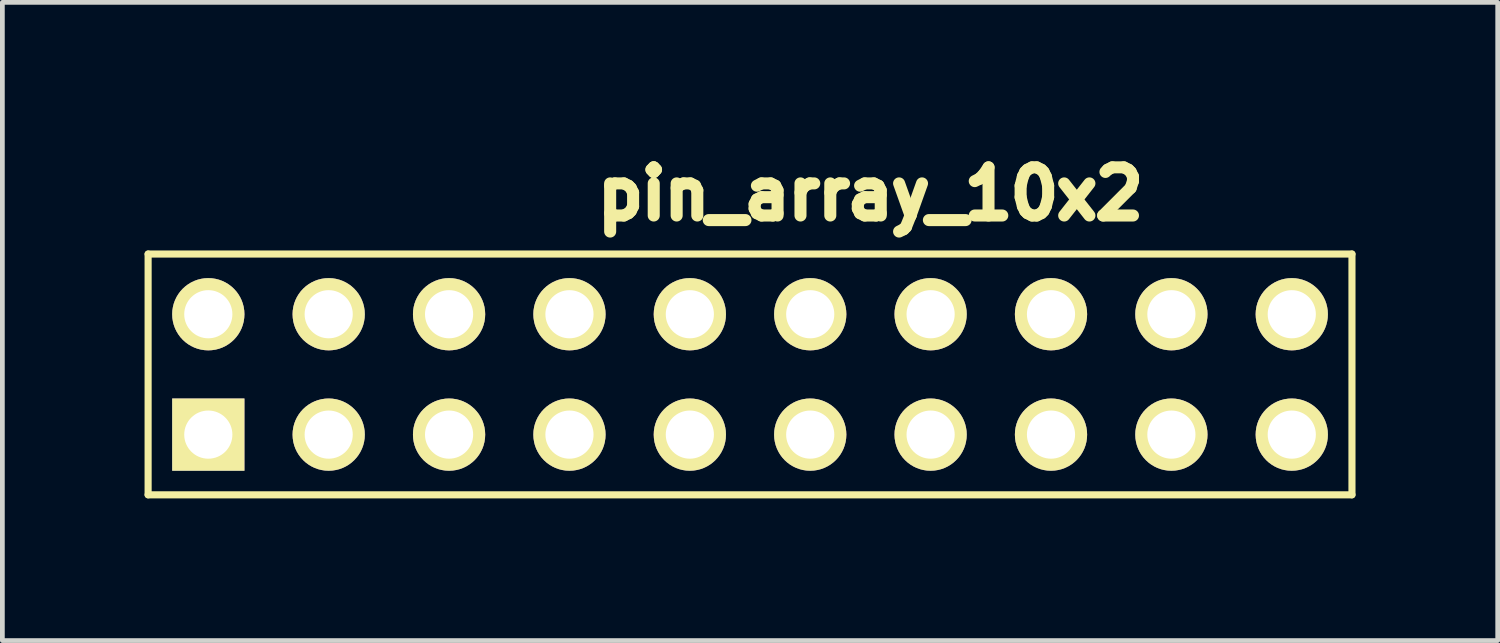
<source format=kicad_pcb>
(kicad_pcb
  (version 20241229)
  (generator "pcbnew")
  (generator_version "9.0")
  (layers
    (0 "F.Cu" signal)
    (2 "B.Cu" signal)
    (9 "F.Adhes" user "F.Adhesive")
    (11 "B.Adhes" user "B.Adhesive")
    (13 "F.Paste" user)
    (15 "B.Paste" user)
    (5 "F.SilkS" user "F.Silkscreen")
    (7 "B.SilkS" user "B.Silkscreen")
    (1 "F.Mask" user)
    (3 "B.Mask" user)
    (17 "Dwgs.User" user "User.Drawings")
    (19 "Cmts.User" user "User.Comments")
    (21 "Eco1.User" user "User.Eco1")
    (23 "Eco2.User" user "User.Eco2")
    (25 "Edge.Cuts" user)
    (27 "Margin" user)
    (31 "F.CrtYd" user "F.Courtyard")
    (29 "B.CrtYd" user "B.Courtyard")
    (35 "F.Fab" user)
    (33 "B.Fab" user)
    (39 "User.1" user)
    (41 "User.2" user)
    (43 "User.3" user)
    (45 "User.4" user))
  (footprint "pin_array_10x2"
    (layer "F.Cu")
    (at 15.315 4.85)
    (property "Reference" "pin_array_10x2" (at 0 -3.81 0) (layer "F.SilkS") (effects (font (size 1.016 1.016) (thickness 0.274))))
    (attr through_hole)
    (fp_line (start -15.24 -2.54) (end -15.24 2.54) (stroke (width 0.15) (type solid)) (layer "F.SilkS"))
    (fp_line (start -15.24 2.54) (end 10.16 2.54) (stroke (width 0.15) (type solid)) (layer "F.SilkS"))
    (fp_line (start 10.16 -2.54) (end -15.24 -2.54) (stroke (width 0.15) (type solid)) (layer "F.SilkS"))
    (fp_line (start 10.16 2.54) (end 10.16 -2.54) (stroke (width 0.15) (type solid)) (layer "F.SilkS"))
    (pad "1" thru_hole rect (at -13.97 1.27) (size 1.524 1.524) (drill 1.016) (layers "*.Cu" "*.Mask" "F.SilkS"))
    (pad "2" thru_hole circle (at -13.97 -1.27) (size 1.524 1.524) (drill 1.016) (layers "*.Cu" "*.Mask" "F.SilkS"))
    (pad "3" thru_hole circle (at -11.43 1.27) (size 1.524 1.524) (drill 1.016) (layers "*.Cu" "*.Mask" "F.SilkS"))
    (pad "4" thru_hole circle (at -11.43 -1.27) (size 1.524 1.524) (drill 1.016) (layers "*.Cu" "*.Mask" "F.SilkS"))
    (pad "5" thru_hole circle (at -8.89 1.27) (size 1.524 1.524) (drill 1.016) (layers "*.Cu" "*.Mask" "F.SilkS"))
    (pad "6" thru_hole circle (at -8.89 -1.27) (size 1.524 1.524) (drill 1.016) (layers "*.Cu" "*.Mask" "F.SilkS"))
    (pad "7" thru_hole circle (at -6.35 1.27) (size 1.524 1.524) (drill 1.016) (layers "*.Cu" "*.Mask" "F.SilkS"))
    (pad "8" thru_hole circle (at -6.35 -1.27) (size 1.524 1.524) (drill 1.016) (layers "*.Cu" "*.Mask" "F.SilkS"))
    (pad "9" thru_hole circle (at -3.81 1.27) (size 1.524 1.524) (drill 1.016) (layers "*.Cu" "*.Mask" "F.SilkS"))
    (pad "10" thru_hole circle (at -3.81 -1.27) (size 1.524 1.524) (drill 1.016) (layers "*.Cu" "*.Mask" "F.SilkS"))
    (pad "11" thru_hole circle (at -1.27 1.27) (size 1.524 1.524) (drill 1.016) (layers "*.Cu" "*.Mask" "F.SilkS"))
    (pad "12" thru_hole circle (at -1.27 -1.27) (size 1.524 1.524) (drill 1.016) (layers "*.Cu" "*.Mask" "F.SilkS"))
    (pad "13" thru_hole circle (at 1.27 1.27) (size 1.524 1.524) (drill 1.016) (layers "*.Cu" "*.Mask" "F.SilkS"))
    (pad "14" thru_hole circle (at 1.27 -1.27) (size 1.524 1.524) (drill 1.016) (layers "*.Cu" "*.Mask" "F.SilkS"))
    (pad "15" thru_hole circle (at 3.81 1.27) (size 1.524 1.524) (drill 1.016) (layers "*.Cu" "*.Mask" "F.SilkS"))
    (pad "16" thru_hole circle (at 3.81 -1.27) (size 1.524 1.524) (drill 1.016) (layers "*.Cu" "*.Mask" "F.SilkS"))
    (pad "17" thru_hole circle (at 6.35 1.27) (size 1.524 1.524) (drill 1.016) (layers "*.Cu" "*.Mask" "F.SilkS"))
    (pad "18" thru_hole circle (at 6.35 -1.27) (size 1.524 1.524) (drill 1.016) (layers "*.Cu" "*.Mask" "F.SilkS"))
    (pad "19" thru_hole circle (at 8.89 1.27) (size 1.524 1.524) (drill 1.016) (layers "*.Cu" "*.Mask" "F.SilkS"))
    (pad "20" thru_hole circle (at 8.89 -1.27) (size 1.524 1.524) (drill 1.016) (layers "*.Cu" "*.Mask" "F.SilkS")))
  (gr_rect
    (start -3 -3)
    (end 28.55 10.465)
    (stroke (width 0.1) (type default))
    (fill no)
    (layer "Edge.Cuts")))
</source>
